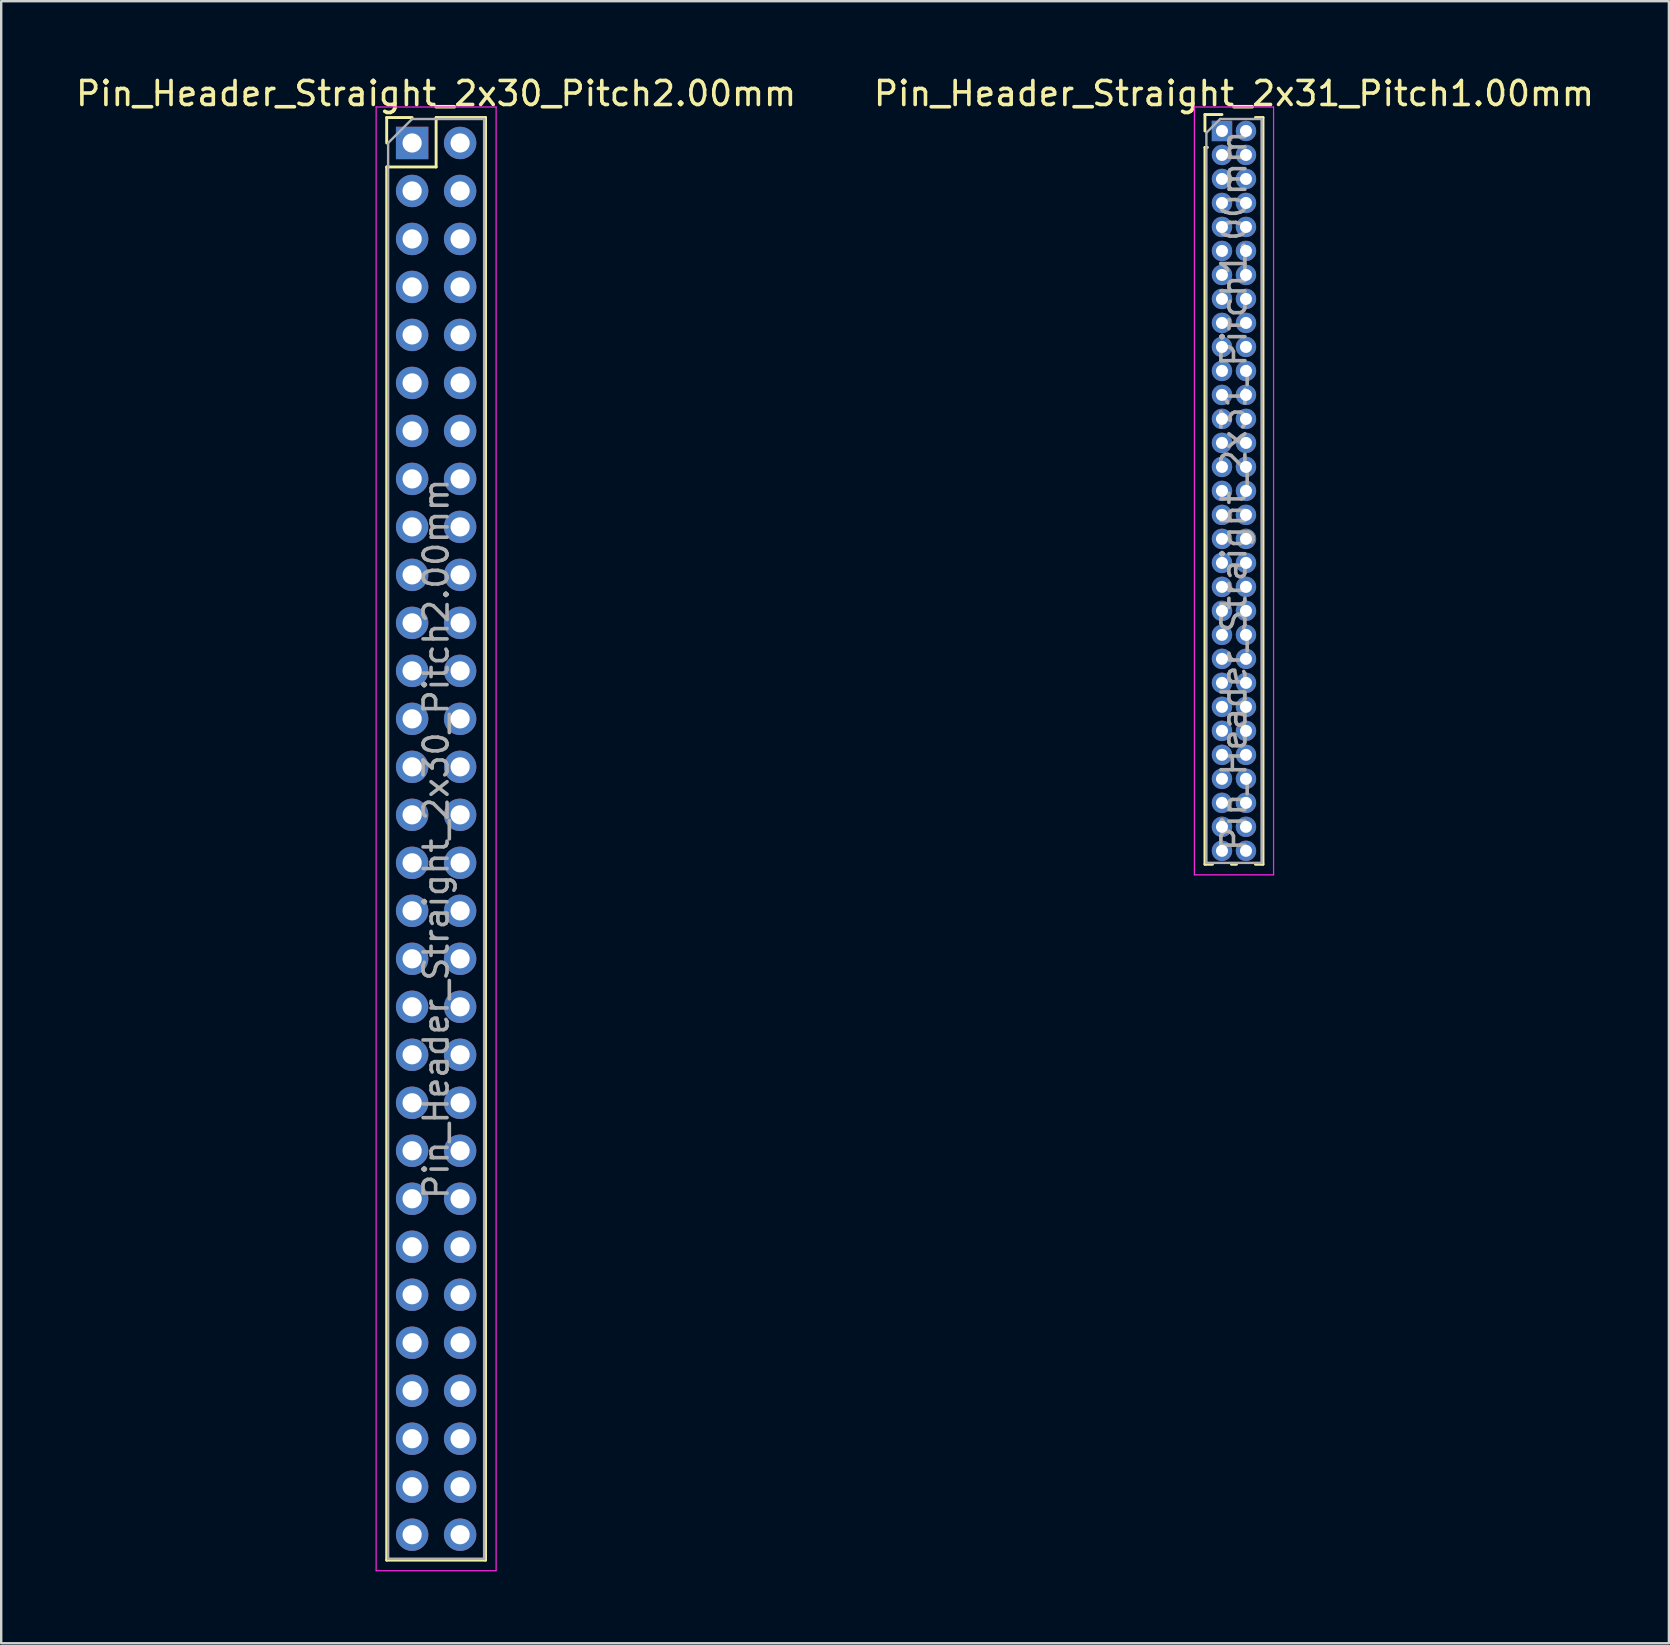
<source format=kicad_pcb>
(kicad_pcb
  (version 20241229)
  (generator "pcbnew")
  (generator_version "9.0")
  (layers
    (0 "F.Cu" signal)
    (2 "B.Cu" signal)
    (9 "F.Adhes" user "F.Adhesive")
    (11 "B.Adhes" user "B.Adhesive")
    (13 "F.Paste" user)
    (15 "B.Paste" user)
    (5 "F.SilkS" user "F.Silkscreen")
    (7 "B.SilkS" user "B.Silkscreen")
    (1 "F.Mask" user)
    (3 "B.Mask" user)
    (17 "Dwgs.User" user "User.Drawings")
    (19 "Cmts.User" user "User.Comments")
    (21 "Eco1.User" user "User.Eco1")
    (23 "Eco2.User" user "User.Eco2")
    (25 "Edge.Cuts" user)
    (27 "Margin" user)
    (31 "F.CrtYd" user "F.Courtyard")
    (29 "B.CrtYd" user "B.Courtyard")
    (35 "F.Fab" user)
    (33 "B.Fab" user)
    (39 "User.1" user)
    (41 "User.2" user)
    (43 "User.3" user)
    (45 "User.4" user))
  (footprint "Pin_Header_Straight_2x31_Pitch1.00mm"
    (layer "F.Cu")
    (at 47.875 2.408)
    (property "Reference" "Pin_Header_Straight_2x31_Pitch1.00mm" (at 0.5 -1.56 0) (layer "F.SilkS") (effects (font (size 1 1) (thickness 0.15))))
    (attr through_hole)
    (fp_line (start -0.71 -0.685) (end 0 -0.685) (stroke (width 0.12) (type solid)) (layer "F.SilkS"))
    (fp_line (start -0.71 0) (end -0.71 -0.685) (stroke (width 0.12) (type solid)) (layer "F.SilkS"))
    (fp_line (start -0.71 0.685) (end -0.71 30.56) (stroke (width 0.12) (type solid)) (layer "F.SilkS"))
    (fp_line (start -0.71 0.685) (end -0.608 0.685) (stroke (width 0.12) (type solid)) (layer "F.SilkS"))
    (fp_line (start -0.71 30.56) (end -0.394 30.56) (stroke (width 0.12) (type solid)) (layer "F.SilkS"))
    (fp_line (start 0.394 30.56) (end 0.606 30.56) (stroke (width 0.12) (type solid)) (layer "F.SilkS"))
    (fp_line (start 1.394 -0.56) (end 1.71 -0.56) (stroke (width 0.12) (type solid)) (layer "F.SilkS"))
    (fp_line (start 1.394 30.56) (end 1.71 30.56) (stroke (width 0.12) (type solid)) (layer "F.SilkS"))
    (fp_line (start 1.71 -0.56) (end 1.71 30.56) (stroke (width 0.12) (type solid)) (layer "F.SilkS"))
    (fp_line (start -1.15 -1) (end -1.15 31) (stroke (width 0.05) (type solid)) (layer "F.CrtYd"))
    (fp_line (start -1.15 31) (end 2.15 31) (stroke (width 0.05) (type solid)) (layer "F.CrtYd"))
    (fp_line (start 2.15 -1) (end -1.15 -1) (stroke (width 0.05) (type solid)) (layer "F.CrtYd"))
    (fp_line (start 2.15 31) (end 2.15 -1) (stroke (width 0.05) (type solid)) (layer "F.CrtYd"))
    (fp_line (start -0.65 0.075) (end -0.075 -0.5) (stroke (width 0.1) (type solid)) (layer "F.Fab"))
    (fp_line (start -0.65 30.5) (end -0.65 0.075) (stroke (width 0.1) (type solid)) (layer "F.Fab"))
    (fp_line (start -0.075 -0.5) (end 1.65 -0.5) (stroke (width 0.1) (type solid)) (layer "F.Fab"))
    (fp_line (start 1.65 -0.5) (end 1.65 30.5) (stroke (width 0.1) (type solid)) (layer "F.Fab"))
    (fp_line (start 1.65 30.5) (end -0.65 30.5) (stroke (width 0.1) (type solid)) (layer "F.Fab"))
    (fp_text user "${REFERENCE}" (at 0.5 15 90) (layer "F.Fab") (effects (font (size 1 1) (thickness 0.15))))
    (pad "1" thru_hole rect (at 0 0) (size 0.85 0.85) (drill 0.5) (layers "*.Cu" "*.Mask"))
    (pad "2" thru_hole oval (at 1 0) (size 0.85 0.85) (drill 0.5) (layers "*.Cu" "*.Mask"))
    (pad "3" thru_hole oval (at 0 1) (size 0.85 0.85) (drill 0.5) (layers "*.Cu" "*.Mask"))
    (pad "4" thru_hole oval (at 1 1) (size 0.85 0.85) (drill 0.5) (layers "*.Cu" "*.Mask"))
    (pad "5" thru_hole oval (at 0 2) (size 0.85 0.85) (drill 0.5) (layers "*.Cu" "*.Mask"))
    (pad "6" thru_hole oval (at 1 2) (size 0.85 0.85) (drill 0.5) (layers "*.Cu" "*.Mask"))
    (pad "7" thru_hole oval (at 0 3) (size 0.85 0.85) (drill 0.5) (layers "*.Cu" "*.Mask"))
    (pad "8" thru_hole oval (at 1 3) (size 0.85 0.85) (drill 0.5) (layers "*.Cu" "*.Mask"))
    (pad "9" thru_hole oval (at 0 4) (size 0.85 0.85) (drill 0.5) (layers "*.Cu" "*.Mask"))
    (pad "10" thru_hole oval (at 1 4) (size 0.85 0.85) (drill 0.5) (layers "*.Cu" "*.Mask"))
    (pad "11" thru_hole oval (at 0 5) (size 0.85 0.85) (drill 0.5) (layers "*.Cu" "*.Mask"))
    (pad "12" thru_hole oval (at 1 5) (size 0.85 0.85) (drill 0.5) (layers "*.Cu" "*.Mask"))
    (pad "13" thru_hole oval (at 0 6) (size 0.85 0.85) (drill 0.5) (layers "*.Cu" "*.Mask"))
    (pad "14" thru_hole oval (at 1 6) (size 0.85 0.85) (drill 0.5) (layers "*.Cu" "*.Mask"))
    (pad "15" thru_hole oval (at 0 7) (size 0.85 0.85) (drill 0.5) (layers "*.Cu" "*.Mask"))
    (pad "16" thru_hole oval (at 1 7) (size 0.85 0.85) (drill 0.5) (layers "*.Cu" "*.Mask"))
    (pad "17" thru_hole oval (at 0 8) (size 0.85 0.85) (drill 0.5) (layers "*.Cu" "*.Mask"))
    (pad "18" thru_hole oval (at 1 8) (size 0.85 0.85) (drill 0.5) (layers "*.Cu" "*.Mask"))
    (pad "19" thru_hole oval (at 0 9) (size 0.85 0.85) (drill 0.5) (layers "*.Cu" "*.Mask"))
    (pad "20" thru_hole oval (at 1 9) (size 0.85 0.85) (drill 0.5) (layers "*.Cu" "*.Mask"))
    (pad "21" thru_hole oval (at 0 10) (size 0.85 0.85) (drill 0.5) (layers "*.Cu" "*.Mask"))
    (pad "22" thru_hole oval (at 1 10) (size 0.85 0.85) (drill 0.5) (layers "*.Cu" "*.Mask"))
    (pad "23" thru_hole oval (at 0 11) (size 0.85 0.85) (drill 0.5) (layers "*.Cu" "*.Mask"))
    (pad "24" thru_hole oval (at 1 11) (size 0.85 0.85) (drill 0.5) (layers "*.Cu" "*.Mask"))
    (pad "25" thru_hole oval (at 0 12) (size 0.85 0.85) (drill 0.5) (layers "*.Cu" "*.Mask"))
    (pad "26" thru_hole oval (at 1 12) (size 0.85 0.85) (drill 0.5) (layers "*.Cu" "*.Mask"))
    (pad "27" thru_hole oval (at 0 13) (size 0.85 0.85) (drill 0.5) (layers "*.Cu" "*.Mask"))
    (pad "28" thru_hole oval (at 1 13) (size 0.85 0.85) (drill 0.5) (layers "*.Cu" "*.Mask"))
    (pad "29" thru_hole oval (at 0 14) (size 0.85 0.85) (drill 0.5) (layers "*.Cu" "*.Mask"))
    (pad "30" thru_hole oval (at 1 14) (size 0.85 0.85) (drill 0.5) (layers "*.Cu" "*.Mask"))
    (pad "31" thru_hole oval (at 0 15) (size 0.85 0.85) (drill 0.5) (layers "*.Cu" "*.Mask"))
    (pad "32" thru_hole oval (at 1 15) (size 0.85 0.85) (drill 0.5) (layers "*.Cu" "*.Mask"))
    (pad "33" thru_hole oval (at 0 16) (size 0.85 0.85) (drill 0.5) (layers "*.Cu" "*.Mask"))
    (pad "34" thru_hole oval (at 1 16) (size 0.85 0.85) (drill 0.5) (layers "*.Cu" "*.Mask"))
    (pad "35" thru_hole oval (at 0 17) (size 0.85 0.85) (drill 0.5) (layers "*.Cu" "*.Mask"))
    (pad "36" thru_hole oval (at 1 17) (size 0.85 0.85) (drill 0.5) (layers "*.Cu" "*.Mask"))
    (pad "37" thru_hole oval (at 0 18) (size 0.85 0.85) (drill 0.5) (layers "*.Cu" "*.Mask"))
    (pad "38" thru_hole oval (at 1 18) (size 0.85 0.85) (drill 0.5) (layers "*.Cu" "*.Mask"))
    (pad "39" thru_hole oval (at 0 19) (size 0.85 0.85) (drill 0.5) (layers "*.Cu" "*.Mask"))
    (pad "40" thru_hole oval (at 1 19) (size 0.85 0.85) (drill 0.5) (layers "*.Cu" "*.Mask"))
    (pad "41" thru_hole oval (at 0 20) (size 0.85 0.85) (drill 0.5) (layers "*.Cu" "*.Mask"))
    (pad "42" thru_hole oval (at 1 20) (size 0.85 0.85) (drill 0.5) (layers "*.Cu" "*.Mask"))
    (pad "43" thru_hole oval (at 0 21) (size 0.85 0.85) (drill 0.5) (layers "*.Cu" "*.Mask"))
    (pad "44" thru_hole oval (at 1 21) (size 0.85 0.85) (drill 0.5) (layers "*.Cu" "*.Mask"))
    (pad "45" thru_hole oval (at 0 22) (size 0.85 0.85) (drill 0.5) (layers "*.Cu" "*.Mask"))
    (pad "46" thru_hole oval (at 1 22) (size 0.85 0.85) (drill 0.5) (layers "*.Cu" "*.Mask"))
    (pad "47" thru_hole oval (at 0 23) (size 0.85 0.85) (drill 0.5) (layers "*.Cu" "*.Mask"))
    (pad "48" thru_hole oval (at 1 23) (size 0.85 0.85) (drill 0.5) (layers "*.Cu" "*.Mask"))
    (pad "49" thru_hole oval (at 0 24) (size 0.85 0.85) (drill 0.5) (layers "*.Cu" "*.Mask"))
    (pad "50" thru_hole oval (at 1 24) (size 0.85 0.85) (drill 0.5) (layers "*.Cu" "*.Mask"))
    (pad "51" thru_hole oval (at 0 25) (size 0.85 0.85) (drill 0.5) (layers "*.Cu" "*.Mask"))
    (pad "52" thru_hole oval (at 1 25) (size 0.85 0.85) (drill 0.5) (layers "*.Cu" "*.Mask"))
    (pad "53" thru_hole oval (at 0 26) (size 0.85 0.85) (drill 0.5) (layers "*.Cu" "*.Mask"))
    (pad "54" thru_hole oval (at 1 26) (size 0.85 0.85) (drill 0.5) (layers "*.Cu" "*.Mask"))
    (pad "55" thru_hole oval (at 0 27) (size 0.85 0.85) (drill 0.5) (layers "*.Cu" "*.Mask"))
    (pad "56" thru_hole oval (at 1 27) (size 0.85 0.85) (drill 0.5) (layers "*.Cu" "*.Mask"))
    (pad "57" thru_hole oval (at 0 28) (size 0.85 0.85) (drill 0.5) (layers "*.Cu" "*.Mask"))
    (pad "58" thru_hole oval (at 1 28) (size 0.85 0.85) (drill 0.5) (layers "*.Cu" "*.Mask"))
    (pad "59" thru_hole oval (at 0 29) (size 0.85 0.85) (drill 0.5) (layers "*.Cu" "*.Mask"))
    (pad "60" thru_hole oval (at 1 29) (size 0.85 0.85) (drill 0.5) (layers "*.Cu" "*.Mask"))
    (pad "61" thru_hole oval (at 0 30) (size 0.85 0.85) (drill 0.5) (layers "*.Cu" "*.Mask"))
    (pad "62" thru_hole oval (at 1 30) (size 0.85 0.85) (drill 0.5) (layers "*.Cu" "*.Mask")))
  (footprint "Pin_Header_Straight_2x30_Pitch2.00mm"
    (layer "F.Cu")
    (at 14.125 2.908)
    (property "Reference" "Pin_Header_Straight_2x30_Pitch2.00mm" (at 1 -2.06 0) (layer "F.SilkS") (effects (font (size 1 1) (thickness 0.15))))
    (attr through_hole)
    (fp_line (start -1.06 -1.06) (end 0 -1.06) (stroke (width 0.12) (type solid)) (layer "F.SilkS"))
    (fp_line (start -1.06 0) (end -1.06 -1.06) (stroke (width 0.12) (type solid)) (layer "F.SilkS"))
    (fp_line (start -1.06 1) (end -1.06 59.06) (stroke (width 0.12) (type solid)) (layer "F.SilkS"))
    (fp_line (start -1.06 1) (end 1 1) (stroke (width 0.12) (type solid)) (layer "F.SilkS"))
    (fp_line (start -1.06 59.06) (end 3.06 59.06) (stroke (width 0.12) (type solid)) (layer "F.SilkS"))
    (fp_line (start 1 -1.06) (end 3.06 -1.06) (stroke (width 0.12) (type solid)) (layer "F.SilkS"))
    (fp_line (start 1 1) (end 1 -1.06) (stroke (width 0.12) (type solid)) (layer "F.SilkS"))
    (fp_line (start 3.06 -1.06) (end 3.06 59.06) (stroke (width 0.12) (type solid)) (layer "F.SilkS"))
    (fp_line (start -1.5 -1.5) (end -1.5 59.5) (stroke (width 0.05) (type solid)) (layer "F.CrtYd"))
    (fp_line (start -1.5 59.5) (end 3.5 59.5) (stroke (width 0.05) (type solid)) (layer "F.CrtYd"))
    (fp_line (start 3.5 -1.5) (end -1.5 -1.5) (stroke (width 0.05) (type solid)) (layer "F.CrtYd"))
    (fp_line (start 3.5 59.5) (end 3.5 -1.5) (stroke (width 0.05) (type solid)) (layer "F.CrtYd"))
    (fp_line (start -1 0) (end 0 -1) (stroke (width 0.1) (type solid)) (layer "F.Fab"))
    (fp_line (start -1 59) (end -1 0) (stroke (width 0.1) (type solid)) (layer "F.Fab"))
    (fp_line (start 0 -1) (end 3 -1) (stroke (width 0.1) (type solid)) (layer "F.Fab"))
    (fp_line (start 3 -1) (end 3 59) (stroke (width 0.1) (type solid)) (layer "F.Fab"))
    (fp_line (start 3 59) (end -1 59) (stroke (width 0.1) (type solid)) (layer "F.Fab"))
    (fp_text user "${REFERENCE}" (at 1 29 90) (layer "F.Fab") (effects (font (size 1 1) (thickness 0.15))))
    (pad "1" thru_hole rect (at 0 0) (size 1.35 1.35) (drill 0.8) (layers "*.Cu" "*.Mask"))
    (pad "2" thru_hole oval (at 2 0) (size 1.35 1.35) (drill 0.8) (layers "*.Cu" "*.Mask"))
    (pad "3" thru_hole oval (at 0 2) (size 1.35 1.35) (drill 0.8) (layers "*.Cu" "*.Mask"))
    (pad "4" thru_hole oval (at 2 2) (size 1.35 1.35) (drill 0.8) (layers "*.Cu" "*.Mask"))
    (pad "5" thru_hole oval (at 0 4) (size 1.35 1.35) (drill 0.8) (layers "*.Cu" "*.Mask"))
    (pad "6" thru_hole oval (at 2 4) (size 1.35 1.35) (drill 0.8) (layers "*.Cu" "*.Mask"))
    (pad "7" thru_hole oval (at 0 6) (size 1.35 1.35) (drill 0.8) (layers "*.Cu" "*.Mask"))
    (pad "8" thru_hole oval (at 2 6) (size 1.35 1.35) (drill 0.8) (layers "*.Cu" "*.Mask"))
    (pad "9" thru_hole oval (at 0 8) (size 1.35 1.35) (drill 0.8) (layers "*.Cu" "*.Mask"))
    (pad "10" thru_hole oval (at 2 8) (size 1.35 1.35) (drill 0.8) (layers "*.Cu" "*.Mask"))
    (pad "11" thru_hole oval (at 0 10) (size 1.35 1.35) (drill 0.8) (layers "*.Cu" "*.Mask"))
    (pad "12" thru_hole oval (at 2 10) (size 1.35 1.35) (drill 0.8) (layers "*.Cu" "*.Mask"))
    (pad "13" thru_hole oval (at 0 12) (size 1.35 1.35) (drill 0.8) (layers "*.Cu" "*.Mask"))
    (pad "14" thru_hole oval (at 2 12) (size 1.35 1.35) (drill 0.8) (layers "*.Cu" "*.Mask"))
    (pad "15" thru_hole oval (at 0 14) (size 1.35 1.35) (drill 0.8) (layers "*.Cu" "*.Mask"))
    (pad "16" thru_hole oval (at 2 14) (size 1.35 1.35) (drill 0.8) (layers "*.Cu" "*.Mask"))
    (pad "17" thru_hole oval (at 0 16) (size 1.35 1.35) (drill 0.8) (layers "*.Cu" "*.Mask"))
    (pad "18" thru_hole oval (at 2 16) (size 1.35 1.35) (drill 0.8) (layers "*.Cu" "*.Mask"))
    (pad "19" thru_hole oval (at 0 18) (size 1.35 1.35) (drill 0.8) (layers "*.Cu" "*.Mask"))
    (pad "20" thru_hole oval (at 2 18) (size 1.35 1.35) (drill 0.8) (layers "*.Cu" "*.Mask"))
    (pad "21" thru_hole oval (at 0 20) (size 1.35 1.35) (drill 0.8) (layers "*.Cu" "*.Mask"))
    (pad "22" thru_hole oval (at 2 20) (size 1.35 1.35) (drill 0.8) (layers "*.Cu" "*.Mask"))
    (pad "23" thru_hole oval (at 0 22) (size 1.35 1.35) (drill 0.8) (layers "*.Cu" "*.Mask"))
    (pad "24" thru_hole oval (at 2 22) (size 1.35 1.35) (drill 0.8) (layers "*.Cu" "*.Mask"))
    (pad "25" thru_hole oval (at 0 24) (size 1.35 1.35) (drill 0.8) (layers "*.Cu" "*.Mask"))
    (pad "26" thru_hole oval (at 2 24) (size 1.35 1.35) (drill 0.8) (layers "*.Cu" "*.Mask"))
    (pad "27" thru_hole oval (at 0 26) (size 1.35 1.35) (drill 0.8) (layers "*.Cu" "*.Mask"))
    (pad "28" thru_hole oval (at 2 26) (size 1.35 1.35) (drill 0.8) (layers "*.Cu" "*.Mask"))
    (pad "29" thru_hole oval (at 0 28) (size 1.35 1.35) (drill 0.8) (layers "*.Cu" "*.Mask"))
    (pad "30" thru_hole oval (at 2 28) (size 1.35 1.35) (drill 0.8) (layers "*.Cu" "*.Mask"))
    (pad "31" thru_hole oval (at 0 30) (size 1.35 1.35) (drill 0.8) (layers "*.Cu" "*.Mask"))
    (pad "32" thru_hole oval (at 2 30) (size 1.35 1.35) (drill 0.8) (layers "*.Cu" "*.Mask"))
    (pad "33" thru_hole oval (at 0 32) (size 1.35 1.35) (drill 0.8) (layers "*.Cu" "*.Mask"))
    (pad "34" thru_hole oval (at 2 32) (size 1.35 1.35) (drill 0.8) (layers "*.Cu" "*.Mask"))
    (pad "35" thru_hole oval (at 0 34) (size 1.35 1.35) (drill 0.8) (layers "*.Cu" "*.Mask"))
    (pad "36" thru_hole oval (at 2 34) (size 1.35 1.35) (drill 0.8) (layers "*.Cu" "*.Mask"))
    (pad "37" thru_hole oval (at 0 36) (size 1.35 1.35) (drill 0.8) (layers "*.Cu" "*.Mask"))
    (pad "38" thru_hole oval (at 2 36) (size 1.35 1.35) (drill 0.8) (layers "*.Cu" "*.Mask"))
    (pad "39" thru_hole oval (at 0 38) (size 1.35 1.35) (drill 0.8) (layers "*.Cu" "*.Mask"))
    (pad "40" thru_hole oval (at 2 38) (size 1.35 1.35) (drill 0.8) (layers "*.Cu" "*.Mask"))
    (pad "41" thru_hole oval (at 0 40) (size 1.35 1.35) (drill 0.8) (layers "*.Cu" "*.Mask"))
    (pad "42" thru_hole oval (at 2 40) (size 1.35 1.35) (drill 0.8) (layers "*.Cu" "*.Mask"))
    (pad "43" thru_hole oval (at 0 42) (size 1.35 1.35) (drill 0.8) (layers "*.Cu" "*.Mask"))
    (pad "44" thru_hole oval (at 2 42) (size 1.35 1.35) (drill 0.8) (layers "*.Cu" "*.Mask"))
    (pad "45" thru_hole oval (at 0 44) (size 1.35 1.35) (drill 0.8) (layers "*.Cu" "*.Mask"))
    (pad "46" thru_hole oval (at 2 44) (size 1.35 1.35) (drill 0.8) (layers "*.Cu" "*.Mask"))
    (pad "47" thru_hole oval (at 0 46) (size 1.35 1.35) (drill 0.8) (layers "*.Cu" "*.Mask"))
    (pad "48" thru_hole oval (at 2 46) (size 1.35 1.35) (drill 0.8) (layers "*.Cu" "*.Mask"))
    (pad "49" thru_hole oval (at 0 48) (size 1.35 1.35) (drill 0.8) (layers "*.Cu" "*.Mask"))
    (pad "50" thru_hole oval (at 2 48) (size 1.35 1.35) (drill 0.8) (layers "*.Cu" "*.Mask"))
    (pad "51" thru_hole oval (at 0 50) (size 1.35 1.35) (drill 0.8) (layers "*.Cu" "*.Mask"))
    (pad "52" thru_hole oval (at 2 50) (size 1.35 1.35) (drill 0.8) (layers "*.Cu" "*.Mask"))
    (pad "53" thru_hole oval (at 0 52) (size 1.35 1.35) (drill 0.8) (layers "*.Cu" "*.Mask"))
    (pad "54" thru_hole oval (at 2 52) (size 1.35 1.35) (drill 0.8) (layers "*.Cu" "*.Mask"))
    (pad "55" thru_hole oval (at 0 54) (size 1.35 1.35) (drill 0.8) (layers "*.Cu" "*.Mask"))
    (pad "56" thru_hole oval (at 2 54) (size 1.35 1.35) (drill 0.8) (layers "*.Cu" "*.Mask"))
    (pad "57" thru_hole oval (at 0 56) (size 1.35 1.35) (drill 0.8) (layers "*.Cu" "*.Mask"))
    (pad "58" thru_hole oval (at 2 56) (size 1.35 1.35) (drill 0.8) (layers "*.Cu" "*.Mask"))
    (pad "59" thru_hole oval (at 0 58) (size 1.35 1.35) (drill 0.8) (layers "*.Cu" "*.Mask"))
    (pad "60" thru_hole oval (at 2 58) (size 1.35 1.35) (drill 0.8) (layers "*.Cu" "*.Mask")))
  (gr_rect
    (start -3 -3)
    (end 66.5 65.433)
    (stroke (width 0.1) (type default))
    (fill no)
    (layer "Edge.Cuts")))
</source>
